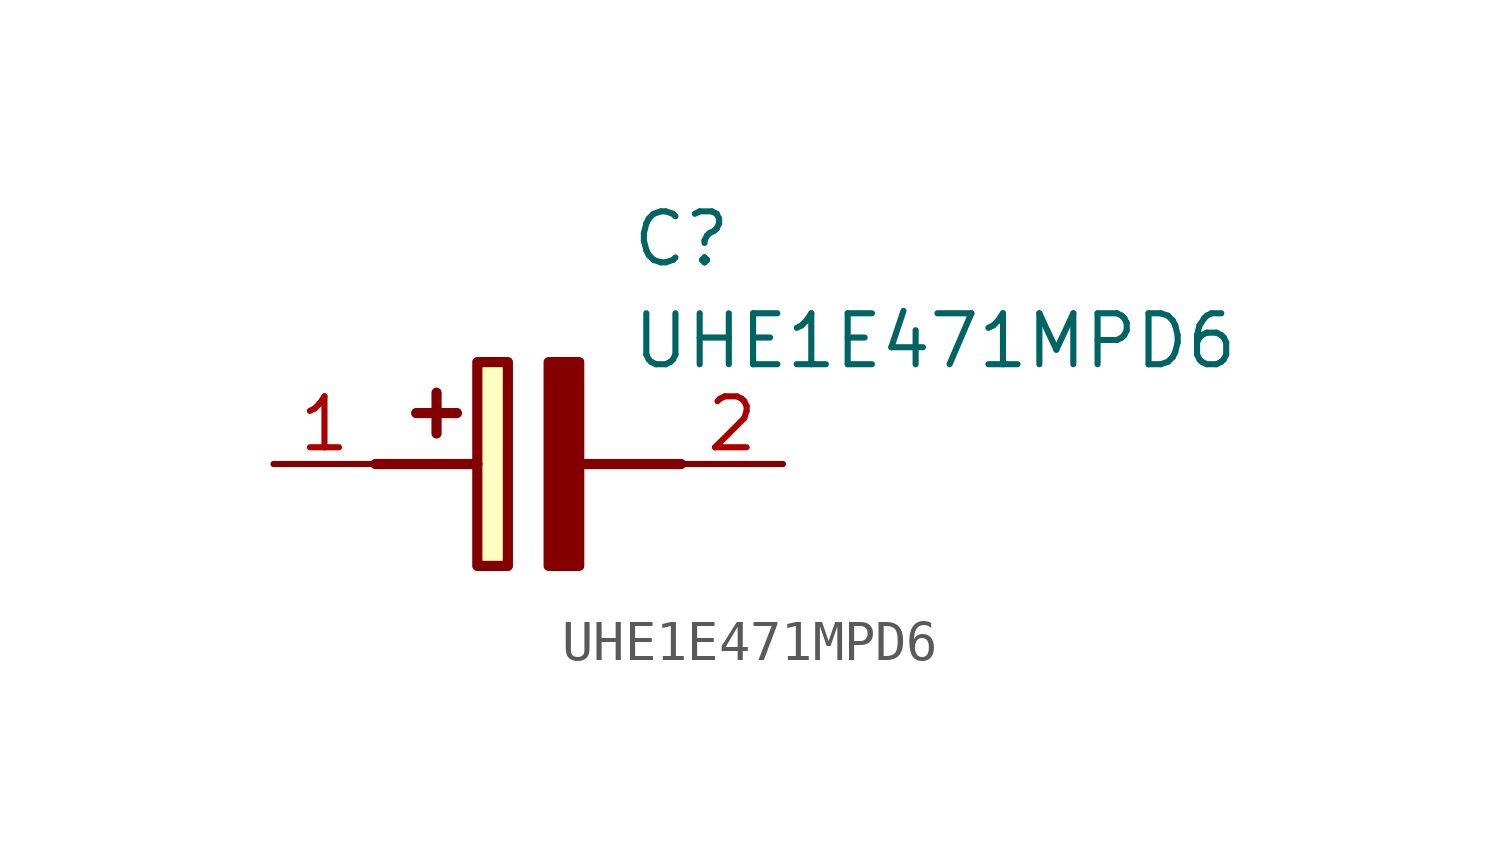
<source format=kicad_sym>
(kicad_symbol_lib
  (version 20211014)
  (generator SamacSys_ECAD_Model)
  (symbol "UHE1E471MPD6"
    (pin_names hide)
    (property "Reference" "C"
      (at 8.89 6.35 0)
      (effects (font (size 1.27 1.27)) (justify left top)))
    (property "Value" "UHE1E471MPD6"
      (at 8.89 3.81 0)
      (effects (font (size 1.27 1.27)) (justify left top)))
    (rectangle
      (start 5.08 2.54)
      (end 5.842 -2.54)
      (stroke (width 0.254) (type default))
      (fill (type background)))
    (polyline
      (pts (xy 4.572 1.27) (xy 3.556 1.27))
      (stroke (width 0.254) (type default))
      (fill (type none)))
    (polyline
      (pts (xy 4.064 1.778) (xy 4.064 0.762))
      (stroke (width 0.254) (type default))
      (fill (type none)))
    (polyline
      (pts (xy 2.54 0) (xy 5.08 0))
      (stroke (width 0.254) (type default))
      (fill (type none)))
    (polyline
      (pts (xy 7.62 0) (xy 10.16 0))
      (stroke (width 0.254) (type default))
      (fill (type none)))
    (polyline
      (pts (xy 7.62 2.54) (xy 7.62 -2.54) (xy 6.858 -2.54) (xy 6.858 2.54) (xy 7.62 2.54))
      (stroke (width 0.254) (type default))
      (fill (type outline)))
    (pin passive line
      (at 0 0 0)
      (length 2.54)
      (name "+" (effects (font (size 1.27 1.27))))
      (number "1" (effects (font (size 1.27 1.27)))))
    (pin passive line
      (at 12.7 0 180)
      (length 2.54)
      (name "-" (effects (font (size 1.27 1.27))))
      (number "2" (effects (font (size 1.27 1.27)))))))
</source>
